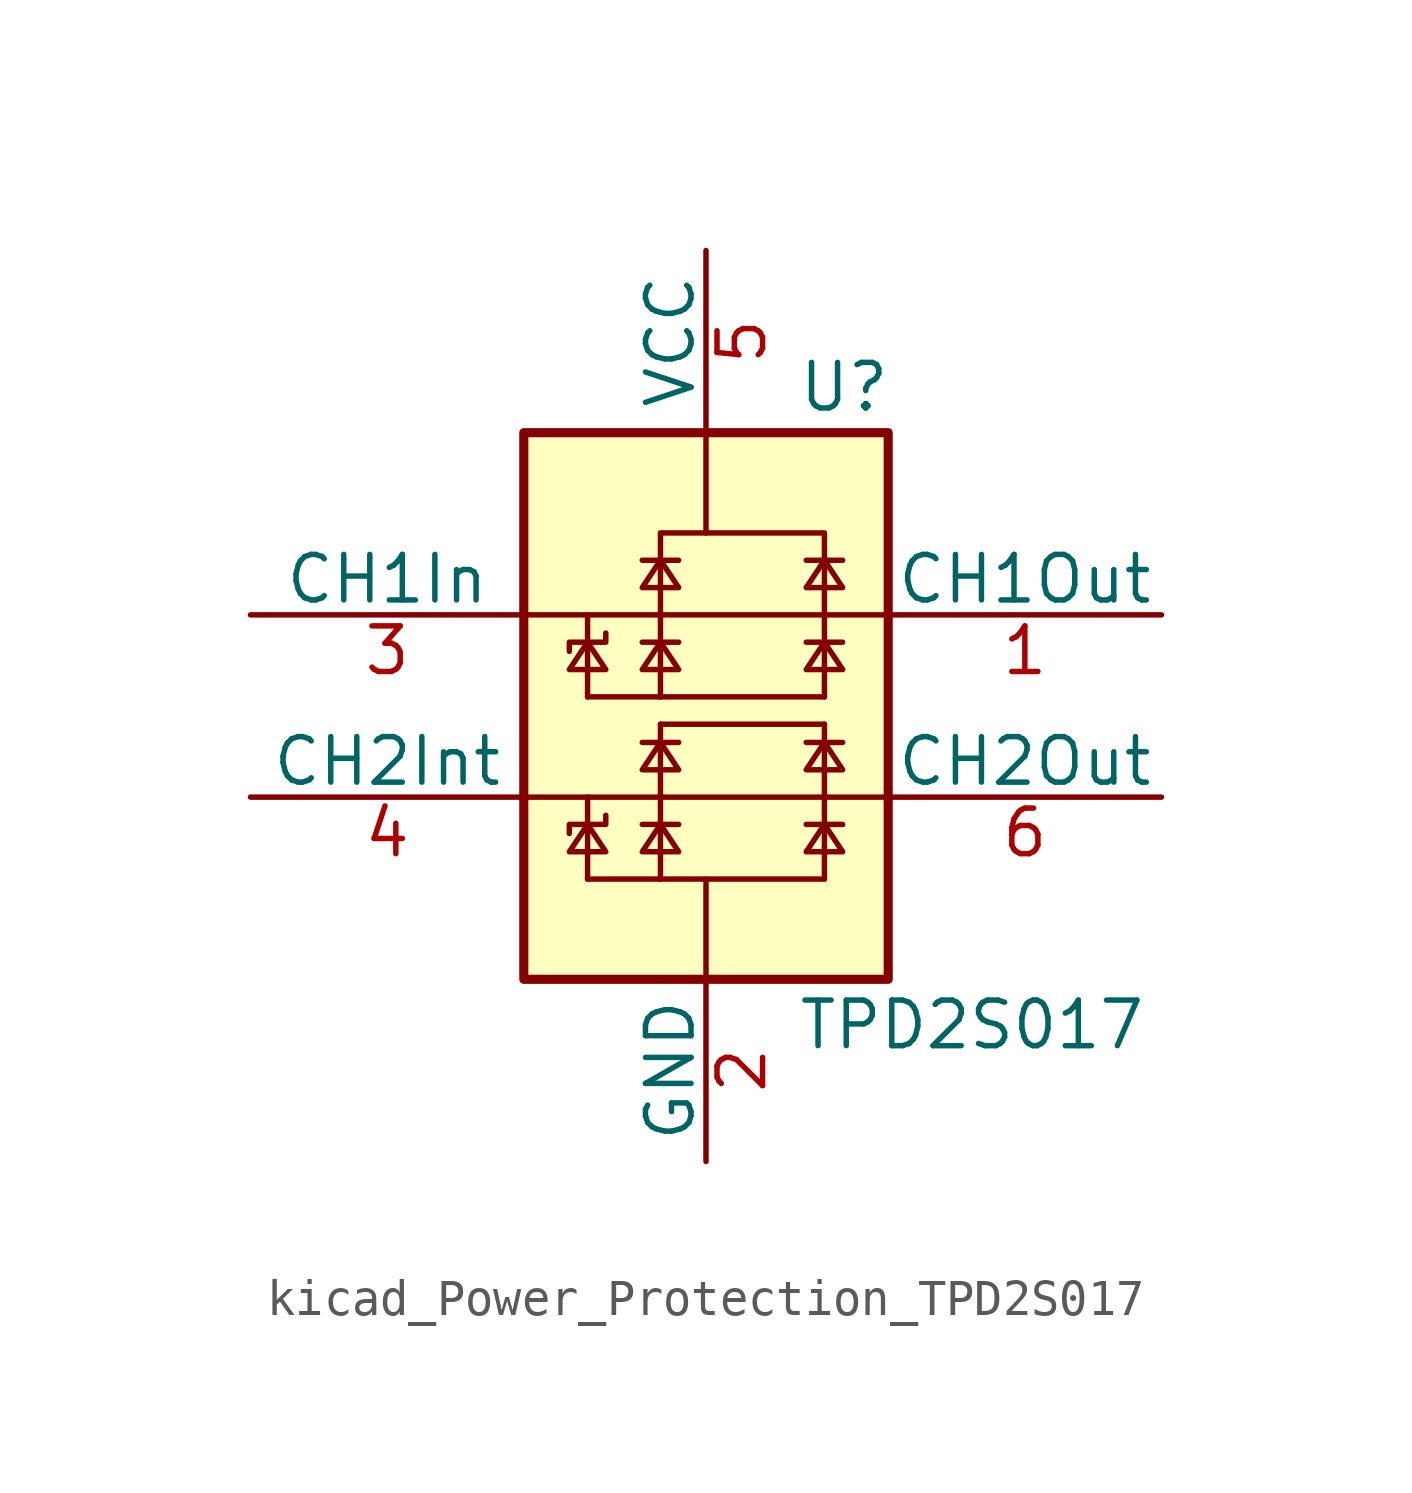
<source format=kicad_sym>
(kicad_symbol_lib
  (version 20220914)
  (generator kicad_symbol_editor)
  (symbol "kicad_Power_Protection_TPD2S017"
    (pin_names
      (offset 0))
    (property "Reference" "U"
      (at 2.54 8.89 0)
      (effects (font (size 1.27 1.27)) (justify left)))
    (property "Value" "TPD2S017"
      (at 2.54 -8.89 0)
      (effects (font (size 1.27 1.27)) (justify left)))
    (symbol "kicad_Power_Protection_TPD2S017_0_1"
      (rectangle (start -5.08 7.62) (end 5.08 -7.62) (stroke (width 0.254) (type default)) (fill (type background)))
      (polyline (pts (xy 0 4.826) (xy 0 7.62)) (stroke (width 0) (type default)) (fill (type none)))
      (polyline (pts (xy -5.08 -2.54) (xy 5.08 -2.54) (xy 5.08 -2.54)) (stroke (width 0) (type default)) (fill (type none)))
      (polyline (pts (xy -5.08 2.54) (xy 5.08 2.54) (xy 5.08 2.54)) (stroke (width 0) (type default)) (fill (type none)))
      (polyline (pts (xy -3.302 -4.826) (xy -1.27 -4.826) (xy -1.27 -4.826)) (stroke (width 0) (type default)) (fill (type none)))
      (polyline (pts (xy -3.302 -3.302) (xy -3.302 -2.54) (xy -3.302 -2.54)) (stroke (width 0) (type default)) (fill (type none)))
      (polyline (pts (xy -3.302 0.254) (xy -3.302 1.778) (xy -3.302 1.016)) (stroke (width 0) (type default)) (fill (type none)))
      (polyline (pts (xy -3.302 0.254) (xy -1.27 0.254) (xy -1.27 0.254)) (stroke (width 0) (type default)) (fill (type none)))
      (polyline (pts (xy -3.302 1.778) (xy -3.302 2.54) (xy -3.302 2.54)) (stroke (width 0) (type default)) (fill (type none)))
      (polyline (pts (xy -1.778 -3.302) (xy -1.27 -3.302) (xy -0.762 -3.302)) (stroke (width 0) (type default)) (fill (type none)))
      (polyline (pts (xy -1.778 -1.016) (xy -1.27 -1.016) (xy -0.762 -1.016)) (stroke (width 0) (type default)) (fill (type none)))
      (polyline (pts (xy -1.778 1.778) (xy -1.27 1.778) (xy -0.762 1.778)) (stroke (width 0) (type default)) (fill (type none)))
      (polyline (pts (xy -1.778 4.064) (xy -1.27 4.064) (xy -0.762 4.064)) (stroke (width 0) (type default)) (fill (type none)))
      (polyline (pts (xy -1.27 -4.826) (xy -1.27 -3.302) (xy -1.27 -4.064)) (stroke (width 0) (type default)) (fill (type none)))
      (polyline (pts (xy -1.27 -4.826) (xy 3.302 -4.826) (xy 3.302 -4.826)) (stroke (width 0) (type default)) (fill (type none)))
      (polyline (pts (xy -1.27 -1.016) (xy -1.27 -0.508) (xy -1.27 -0.508)) (stroke (width 0) (type default)) (fill (type none)))
      (polyline (pts (xy -1.27 -0.508) (xy 3.302 -0.508) (xy 3.302 -0.508)) (stroke (width 0) (type default)) (fill (type none)))
      (polyline (pts (xy -1.27 0.254) (xy -1.27 1.778) (xy -1.27 1.016)) (stroke (width 0) (type default)) (fill (type none)))
      (polyline (pts (xy -1.27 0.254) (xy 3.302 0.254) (xy 3.302 0.254)) (stroke (width 0) (type default)) (fill (type none)))
      (polyline (pts (xy 0 -7.62) (xy 0 -4.826) (xy 0 -4.826)) (stroke (width 0) (type default)) (fill (type none)))
      (polyline (pts (xy 2.794 -3.302) (xy 3.302 -3.302) (xy 3.81 -3.302)) (stroke (width 0) (type default)) (fill (type none)))
      (polyline (pts (xy 2.794 -1.016) (xy 3.302 -1.016) (xy 3.81 -1.016)) (stroke (width 0) (type default)) (fill (type none)))
      (polyline (pts (xy 2.794 1.778) (xy 3.302 1.778) (xy 3.81 1.778)) (stroke (width 0) (type default)) (fill (type none)))
      (polyline (pts (xy 2.794 4.064) (xy 3.302 4.064) (xy 3.81 4.064)) (stroke (width 0) (type default)) (fill (type none)))
      (polyline (pts (xy 3.302 -1.016) (xy 3.302 -0.508) (xy 3.302 -0.508)) (stroke (width 0) (type default)) (fill (type none)))
      (polyline (pts (xy -3.302 -4.826) (xy -3.302 -3.302) (xy -3.302 -4.064) (xy -3.302 -4.064)) (stroke (width 0) (type default)) (fill (type none)))
      (polyline (pts (xy 3.302 -4.826) (xy 3.302 -3.302) (xy 3.302 -4.064) (xy 3.302 -4.064)) (stroke (width 0) (type default)) (fill (type none)))
      (polyline (pts (xy 3.302 0.254) (xy 3.302 1.778) (xy 3.302 1.016) (xy 3.302 1.016)) (stroke (width 0) (type default)) (fill (type none)))
      (polyline (pts (xy -3.302 -3.302) (xy -3.81 -4.064) (xy -2.794 -4.064) (xy -3.302 -3.302) (xy -3.302 -3.302)) (stroke (width 0) (type default)) (fill (type none)))
      (polyline (pts (xy -3.302 1.778) (xy -3.81 1.016) (xy -2.794 1.016) (xy -3.302 1.778) (xy -3.302 1.778)) (stroke (width 0) (type default)) (fill (type none)))
      (polyline (pts (xy -2.794 -3.048) (xy -2.794 -3.302) (xy -3.81 -3.302) (xy -3.81 -3.556) (xy -3.81 -3.556)) (stroke (width 0) (type default)) (fill (type none)))
      (polyline (pts (xy -2.794 2.032) (xy -2.794 1.778) (xy -3.81 1.778) (xy -3.81 1.524) (xy -3.81 1.524)) (stroke (width 0) (type default)) (fill (type none)))
      (polyline (pts (xy -1.27 -3.302) (xy -1.778 -4.064) (xy -0.762 -4.064) (xy -1.27 -3.302) (xy -1.27 -3.302)) (stroke (width 0) (type default)) (fill (type none)))
      (polyline (pts (xy -1.27 -3.302) (xy -1.27 -1.016) (xy -1.27 -1.778) (xy -1.27 -1.778) (xy -1.27 -1.778)) (stroke (width 0) (type default)) (fill (type none)))
      (polyline (pts (xy -1.27 -1.016) (xy -1.778 -1.778) (xy -0.762 -1.778) (xy -1.27 -1.016) (xy -1.27 -1.016)) (stroke (width 0) (type default)) (fill (type none)))
      (polyline (pts (xy -1.27 1.778) (xy -1.778 1.016) (xy -0.762 1.016) (xy -1.27 1.778) (xy -1.27 1.778)) (stroke (width 0) (type default)) (fill (type none)))
      (polyline (pts (xy -1.27 1.778) (xy -1.27 4.064) (xy -1.27 3.302) (xy -1.27 3.302) (xy -1.27 3.302)) (stroke (width 0) (type default)) (fill (type none)))
      (polyline (pts (xy -1.27 4.064) (xy -1.778 3.302) (xy -0.762 3.302) (xy -1.27 4.064) (xy -1.27 4.064)) (stroke (width 0) (type default)) (fill (type none)))
      (polyline (pts (xy -1.27 4.064) (xy -1.27 4.826) (xy 3.302 4.826) (xy 3.302 4.064) (xy 3.302 4.064)) (stroke (width 0) (type default)) (fill (type none)))
      (polyline (pts (xy 3.302 -3.302) (xy 2.794 -4.064) (xy 3.81 -4.064) (xy 3.302 -3.302) (xy 3.302 -3.302)) (stroke (width 0) (type default)) (fill (type none)))
      (polyline (pts (xy 3.302 -3.302) (xy 3.302 -1.016) (xy 3.302 -1.778) (xy 3.302 -1.778) (xy 3.302 -1.778)) (stroke (width 0) (type default)) (fill (type none)))
      (polyline (pts (xy 3.302 -1.016) (xy 2.794 -1.778) (xy 3.81 -1.778) (xy 3.302 -1.016) (xy 3.302 -1.016)) (stroke (width 0) (type default)) (fill (type none)))
      (polyline (pts (xy 3.302 1.778) (xy 2.794 1.016) (xy 3.81 1.016) (xy 3.302 1.778) (xy 3.302 1.778)) (stroke (width 0) (type default)) (fill (type none)))
      (polyline (pts (xy 3.302 1.778) (xy 3.302 4.064) (xy 3.302 3.302) (xy 3.302 3.302) (xy 3.302 3.302)) (stroke (width 0) (type default)) (fill (type none)))
      (polyline (pts (xy 3.302 4.064) (xy 2.794 3.302) (xy 3.81 3.302) (xy 3.302 4.064) (xy 3.302 4.064)) (stroke (width 0) (type default)) (fill (type none))))
    (symbol "kicad_Power_Protection_TPD2S017_1_1"
      (pin passive line (at 12.7 2.54 180) (length 7.62) (name "CH1Out" (effects (font (size 1.27 1.27)))) (number "1" (effects (font (size 1.27 1.27)))))
      (pin power_in line (at 0 -12.7 90) (length 5.08) (name "GND" (effects (font (size 1.27 1.27)))) (number "2" (effects (font (size 1.27 1.27)))))
      (pin passive line (at -12.7 2.54 0) (length 7.62) (name "CH1In" (effects (font (size 1.27 1.27)))) (number "3" (effects (font (size 1.27 1.27)))))
      (pin passive line (at -12.7 -2.54 0) (length 7.62) (name "CH2Int" (effects (font (size 1.27 1.27)))) (number "4" (effects (font (size 1.27 1.27)))))
      (pin power_in line (at 0 12.7 270) (length 5.08) (name "VCC" (effects (font (size 1.27 1.27)))) (number "5" (effects (font (size 1.27 1.27)))))
      (pin passive line (at 12.7 -2.54 180) (length 7.62) (name "CH2Out" (effects (font (size 1.27 1.27)))) (number "6" (effects (font (size 1.27 1.27))))))))
</source>
